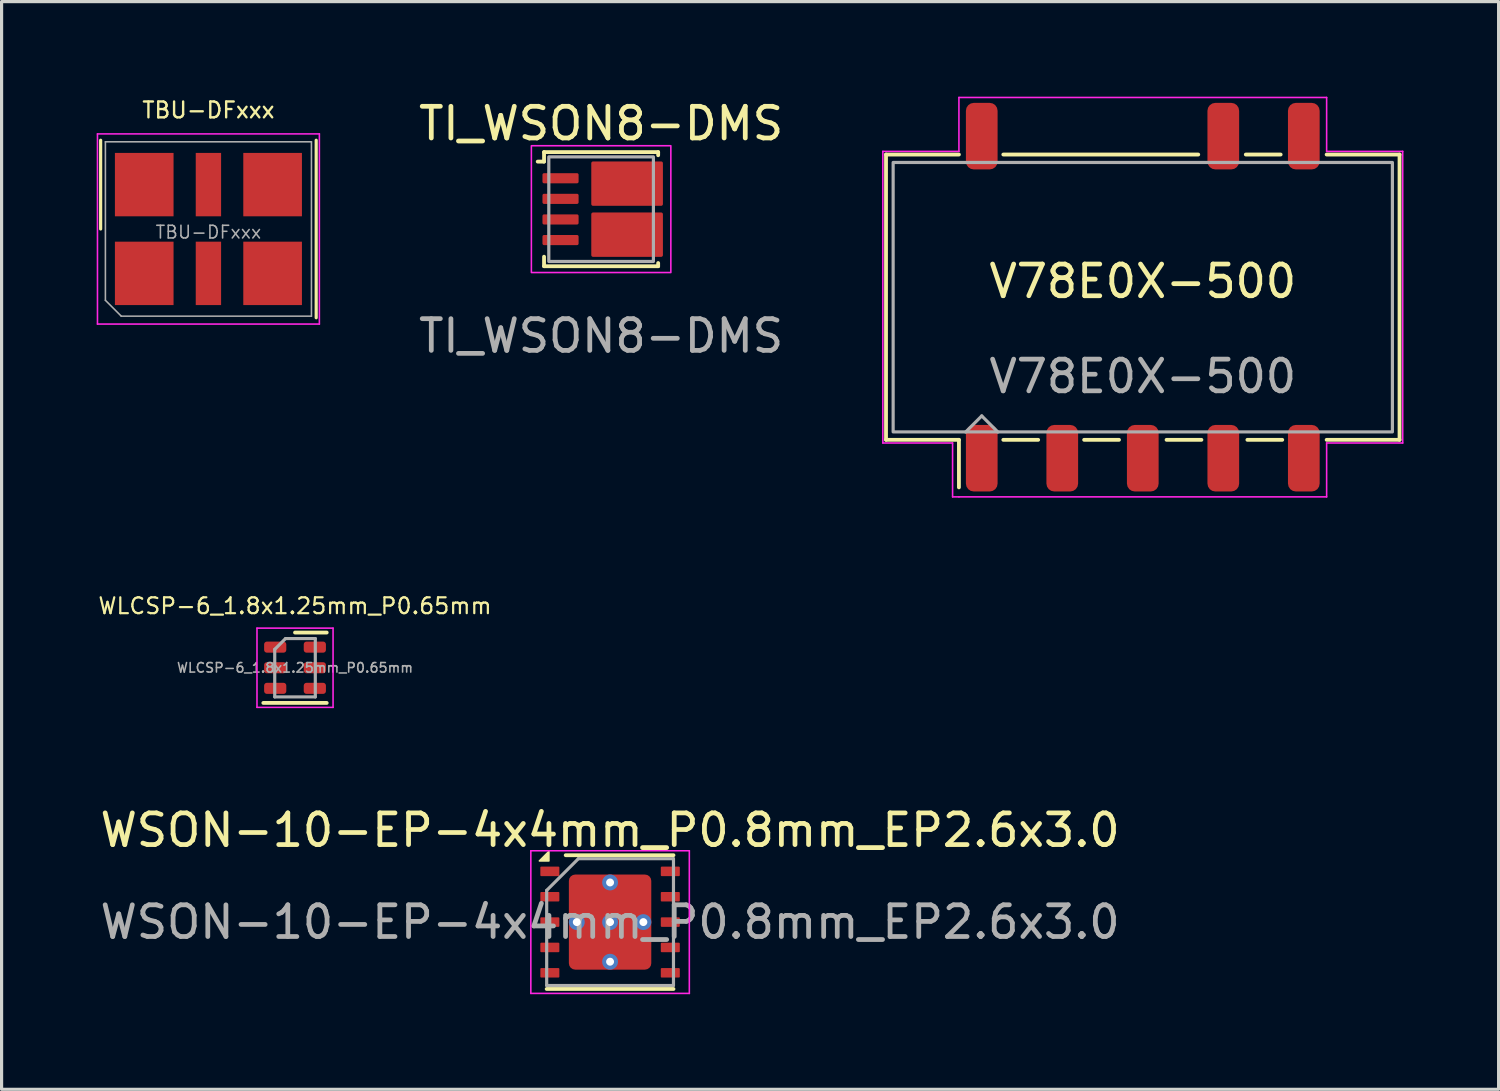
<source format=kicad_pcb>
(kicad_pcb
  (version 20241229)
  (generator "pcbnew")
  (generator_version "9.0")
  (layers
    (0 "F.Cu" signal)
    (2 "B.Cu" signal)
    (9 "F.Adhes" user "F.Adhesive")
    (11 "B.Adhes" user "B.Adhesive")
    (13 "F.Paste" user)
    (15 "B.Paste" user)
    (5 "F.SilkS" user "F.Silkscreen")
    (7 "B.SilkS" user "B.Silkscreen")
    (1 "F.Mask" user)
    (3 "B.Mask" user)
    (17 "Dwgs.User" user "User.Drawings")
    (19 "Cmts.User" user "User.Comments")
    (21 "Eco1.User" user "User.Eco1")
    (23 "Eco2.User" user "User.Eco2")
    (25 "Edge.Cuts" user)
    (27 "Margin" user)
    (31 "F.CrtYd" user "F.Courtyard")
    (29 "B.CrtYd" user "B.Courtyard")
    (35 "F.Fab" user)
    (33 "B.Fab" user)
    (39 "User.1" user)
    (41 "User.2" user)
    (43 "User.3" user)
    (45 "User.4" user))
  (footprint "TBU-DFxxx"
    (layer "F.Cu")
    (at 3.525 4.174)
    (property "Reference" "TBU-DFxxx" (at 0 -3.75 0) (unlocked yes) (layer "F.SilkS") (effects (font (size 0.5 0.5) (thickness 0.075))))
    (attr smd)
    (fp_line (start -3.4 -2.8) (end -3.4 0) (stroke (width 0.1) (type solid)) (layer "F.SilkS"))
    (fp_line (start 3.4 -2.8) (end 3.4 2.8) (stroke (width 0.1) (type solid)) (layer "F.SilkS"))
    (fp_line (start -3.5 -3) (end -3.5 3) (stroke (width 0.05) (type solid)) (layer "F.CrtYd"))
    (fp_line (start -3.5 3) (end 3.5 3) (stroke (width 0.05) (type solid)) (layer "F.CrtYd"))
    (fp_line (start 3.5 -3) (end -3.5 -3) (stroke (width 0.05) (type solid)) (layer "F.CrtYd"))
    (fp_line (start 3.5 3) (end 3.5 -3) (stroke (width 0.05) (type solid)) (layer "F.CrtYd"))
    (fp_line (start -3.25 2.25) (end -3.25 -2.75) (stroke (width 0.05) (type solid)) (layer "F.Fab"))
    (fp_line (start -3.25 2.25) (end -2.75 2.75) (stroke (width 0.05) (type solid)) (layer "F.Fab"))
    (fp_line (start 3.25 -2.75) (end -3.25 -2.75) (stroke (width 0.05) (type solid)) (layer "F.Fab"))
    (fp_line (start 3.25 -2.75) (end 3.25 2.75) (stroke (width 0.05) (type solid)) (layer "F.Fab"))
    (fp_line (start 3.25 2.75) (end -2.75 2.75) (stroke (width 0.05) (type solid)) (layer "F.Fab"))
    (fp_text user "${REFERENCE}" (at 0 0.1 0) (unlocked yes) (layer "F.Fab") (effects (font (size 0.4 0.4) (thickness 0.05))))
    (pad "1" smd custom (at -2.025 1.4) (size 1.85 2) (layers "F.Cu" "F.Mask" "F.Paste") (options (anchor rect)) (primitives))
    (pad "2" smd custom (at 0 1.4) (size 0.8 2) (layers "F.Cu" "F.Mask" "F.Paste") (options (anchor rect)) (primitives))
    (pad "3" smd custom (at 2.025 1.4) (size 1.85 2) (layers "F.Cu" "F.Mask" "F.Paste") (options (anchor rect)) (primitives))
    (pad "4" smd custom (at 2.025 -1.4) (size 1.85 2) (layers "F.Cu" "F.Mask" "F.Paste") (options (anchor rect)) (primitives))
    (pad "5" smd custom (at 0 -1.4) (size 0.8 2) (layers "F.Cu" "F.Mask" "F.Paste") (options (anchor rect)) (primitives))
    (pad "6" smd custom (at -2.025 -1.4) (size 1.85 2) (layers "F.Cu" "F.Mask" "F.Paste") (options (anchor rect)) (primitives)))
  (footprint "TI_WSON8-DMS"
    (layer "F.Cu")
    (at 15.913 3.548)
    (property "Reference" "TI_WSON8-DMS" (at 0 -2.7 0) (unlocked yes) (layer "F.SilkS") (effects (font (size 1 1) (thickness 0.15))))
    (attr smd)
    (fp_line (start -2 -1.5) (end -1.8 -1.5) (stroke (width 0.12) (type default)) (layer "F.SilkS"))
    (fp_line (start -1.8 -1.8) (end -1.8 -1.5) (stroke (width 0.12) (type default)) (layer "F.SilkS"))
    (fp_line (start -1.8 1.8) (end -1.8 1.5) (stroke (width 0.12) (type default)) (layer "F.SilkS"))
    (fp_line (start 1.8 -1.8) (end -1.8 -1.8) (stroke (width 0.12) (type default)) (layer "F.SilkS"))
    (fp_line (start 1.8 -1.7) (end 1.8 -1.8) (stroke (width 0.12) (type default)) (layer "F.SilkS"))
    (fp_line (start 1.8 1.7) (end 1.8 1.8) (stroke (width 0.12) (type default)) (layer "F.SilkS"))
    (fp_line (start 1.8 1.8) (end -1.8 1.8) (stroke (width 0.12) (type default)) (layer "F.SilkS"))
    (fp_rect (start 2.2 -2) (end -2.2 2) (stroke (width 0.05) (type default)) (fill no) (layer "F.CrtYd"))
    (fp_rect (start -1.65 -1.65) (end 1.65 1.65) (stroke (width 0.1) (type default)) (fill no) (layer "F.Fab"))
    (fp_text user "${REFERENCE}" (at 0 4 0) (unlocked yes) (layer "F.Fab") (effects (font (size 1 1) (thickness 0.15))))
    (pad "" smd roundrect (at -1.37 -0.975) (size 0.97 0.32) (layers "F.Paste") (roundrect_rratio 0.156))
    (pad "" smd roundrect (at -1.37 -0.325) (size 0.97 0.32) (layers "F.Paste") (roundrect_rratio 0.156))
    (pad "" smd roundrect (at -1.37 0.325) (size 0.97 0.32) (layers "F.Paste") (roundrect_rratio 0.156))
    (pad "" smd roundrect (at -1.37 0.975) (size 0.97 0.32) (layers "F.Paste") (roundrect_rratio 0.156))
    (pad "" smd roundrect (at 0.55 -0.805) (size 1.52 1.19) (layers "F.Paste") (roundrect_rratio 0.042))
    (pad "" smd roundrect (at 0.55 0.805) (size 1.52 1.19) (layers "F.Paste") (roundrect_rratio 0.042))
    (pad "" smd roundrect (at 0.62 -0.805) (size 1.66 1.28) (layers "F.Mask") (roundrect_rratio 0.039))
    (pad "" smd roundrect (at 0.62 0.805) (size 1.66 1.28) (layers "F.Mask") (roundrect_rratio 0.039))
    (pad "" smd roundrect (at 1.28 -0.975) (size 1.14 0.32) (layers "F.Mask") (roundrect_rratio 0.156))
    (pad "" smd roundrect (at 1.28 -0.325) (size 1.14 0.32) (layers "F.Mask") (roundrect_rratio 0.156))
    (pad "" smd roundrect (at 1.28 0.325) (size 1.14 0.32) (layers "F.Mask") (roundrect_rratio 0.156))
    (pad "" smd roundrect (at 1.28 0.975) (size 1.14 0.32) (layers "F.Mask") (roundrect_rratio 0.156))
    (pad "" smd roundrect (at 1.655 -0.975) (size 0.39 0.32) (layers "F.Paste") (roundrect_rratio 0.156))
    (pad "" smd roundrect (at 1.655 -0.325) (size 0.39 0.32) (layers "F.Paste") (roundrect_rratio 0.156))
    (pad "" smd roundrect (at 1.655 0.325) (size 0.39 0.32) (layers "F.Paste") (roundrect_rratio 0.156))
    (pad "" smd roundrect (at 1.655 0.975) (size 0.39 0.32) (layers "F.Paste") (roundrect_rratio 0.156))
    (pad "1" smd roundrect (at -1.28 -0.975) (size 1.14 0.32) (layers "F.Cu" "F.Mask") (roundrect_rratio 0.156))
    (pad "2" smd roundrect (at -1.28 -0.325) (size 1.14 0.32) (layers "F.Cu" "F.Mask") (roundrect_rratio 0.156))
    (pad "3" smd roundrect (at -1.28 0.325) (size 1.14 0.32) (layers "F.Cu" "F.Mask") (roundrect_rratio 0.156))
    (pad "4" smd roundrect (at -1.28 0.975) (size 1.14 0.32) (layers "F.Cu" "F.Mask") (roundrect_rratio 0.156))
    (pad "5" smd roundrect (at 0.82 0.805) (size 2.26 1.4) (layers "F.Cu") (roundrect_rratio 0.039))
    (pad "8" smd roundrect (at 0.82 -0.805) (size 2.26 1.4) (layers "F.Cu") (roundrect_rratio 0.039)))
  (footprint "V78E0X-500"
    (layer "F.Cu")
    (at 33.001 6.325)
    (property "Reference" "V78E0X-500" (at 0 -0.5 0) (unlocked yes) (layer "F.SilkS") (effects (font (size 1 1) (thickness 0.15))))
    (attr smd)
    (fp_line (start -8.1 -4.5) (end -5.8 -4.5) (stroke (width 0.12) (type solid)) (layer "F.SilkS"))
    (fp_line (start -8.1 4.5) (end -8.1 -4.5) (stroke (width 0.12) (type solid)) (layer "F.SilkS"))
    (fp_line (start -5.8 4.5) (end -8.1 4.5) (stroke (width 0.12) (type solid)) (layer "F.SilkS"))
    (fp_line (start -5.8 6) (end -5.8 4.5) (stroke (width 0.12) (type solid)) (layer "F.SilkS"))
    (fp_line (start -3.3 4.5) (end -4.4 4.5) (stroke (width 0.12) (type solid)) (layer "F.SilkS"))
    (fp_line (start -0.75 4.5) (end -1.85 4.5) (stroke (width 0.12) (type solid)) (layer "F.SilkS"))
    (fp_line (start 1.75 -4.5) (end -4.4 -4.5) (stroke (width 0.12) (type solid)) (layer "F.SilkS"))
    (fp_line (start 1.85 4.5) (end 0.75 4.5) (stroke (width 0.12) (type solid)) (layer "F.SilkS"))
    (fp_line (start 4.35 -4.5) (end 3.25 -4.5) (stroke (width 0.12) (type solid)) (layer "F.SilkS"))
    (fp_line (start 4.4 4.5) (end 3.3 4.5) (stroke (width 0.12) (type solid)) (layer "F.SilkS"))
    (fp_line (start 5.8 -4.5) (end 8.1 -4.5) (stroke (width 0.12) (type solid)) (layer "F.SilkS"))
    (fp_line (start 8.1 -4.5) (end 8.1 4.5) (stroke (width 0.12) (type solid)) (layer "F.SilkS"))
    (fp_line (start 8.1 4.5) (end 5.8 4.5) (stroke (width 0.12) (type solid)) (layer "F.SilkS"))
    (fp_line (start -8.2 -4.6) (end -5.8 -4.6) (stroke (width 0.05) (type solid)) (layer "F.CrtYd"))
    (fp_line (start -8.2 4.6) (end -8.2 -4.6) (stroke (width 0.05) (type solid)) (layer "F.CrtYd"))
    (fp_line (start -6 4.6) (end -8.2 4.6) (stroke (width 0.05) (type solid)) (layer "F.CrtYd"))
    (fp_line (start -6 6.3) (end -6 4.6) (stroke (width 0.05) (type solid)) (layer "F.CrtYd"))
    (fp_line (start -5.8 -6.3) (end 5.8 -6.3) (stroke (width 0.05) (type solid)) (layer "F.CrtYd"))
    (fp_line (start -5.8 -4.6) (end -5.8 -6.3) (stroke (width 0.05) (type solid)) (layer "F.CrtYd"))
    (fp_line (start -5.8 6.3) (end -6 6.3) (stroke (width 0.05) (type solid)) (layer "F.CrtYd"))
    (fp_line (start 5.8 -6.3) (end 5.8 -4.6) (stroke (width 0.05) (type solid)) (layer "F.CrtYd"))
    (fp_line (start 5.8 -4.6) (end 8.2 -4.6) (stroke (width 0.05) (type solid)) (layer "F.CrtYd"))
    (fp_line (start 5.8 4.6) (end 5.8 6.3) (stroke (width 0.05) (type solid)) (layer "F.CrtYd"))
    (fp_line (start 5.8 6.3) (end -5.8 6.3) (stroke (width 0.05) (type solid)) (layer "F.CrtYd"))
    (fp_line (start 8.2 -4.6) (end 8.2 4.6) (stroke (width 0.05) (type solid)) (layer "F.CrtYd"))
    (fp_line (start 8.2 4.6) (end 5.8 4.6) (stroke (width 0.05) (type solid)) (layer "F.CrtYd"))
    (fp_line (start -5.08 3.746) (end -5.588 4.254) (stroke (width 0.1) (type solid)) (layer "F.Fab"))
    (fp_line (start -5.08 3.746) (end -4.572 4.254) (stroke (width 0.1) (type solid)) (layer "F.Fab"))
    (fp_rect (start -7.875 -4.25) (end 7.875 4.25) (stroke (width 0.1) (type solid)) (fill no) (layer "F.Fab"))
    (fp_text user "${REFERENCE}" (at 0 2.5 0) (unlocked yes) (layer "F.Fab") (effects (font (size 1 1) (thickness 0.15))))
    (pad "1" smd roundrect (at -5.08 5.08) (size 1 2.1) (layers "F.Cu" "F.Mask" "F.Paste") (roundrect_rratio 0.25))
    (pad "2" smd roundrect (at -2.54 5.08) (size 1 2.1) (layers "F.Cu" "F.Mask" "F.Paste") (roundrect_rratio 0.25))
    (pad "3" smd roundrect (at 0 5.08) (size 1 2.1) (layers "F.Cu" "F.Mask" "F.Paste") (roundrect_rratio 0.25))
    (pad "4" smd roundrect (at 2.54 5.08) (size 1 2.1) (layers "F.Cu" "F.Mask" "F.Paste") (roundrect_rratio 0.25))
    (pad "5" smd roundrect (at 5.08 5.08) (size 1 2.1) (layers "F.Cu" "F.Mask" "F.Paste") (roundrect_rratio 0.25))
    (pad "6" smd roundrect (at 5.08 -5.08) (size 1 2.1) (layers "F.Cu" "F.Mask" "F.Paste") (roundrect_rratio 0.25))
    (pad "7" smd roundrect (at 2.54 -5.08) (size 1 2.1) (layers "F.Cu" "F.Mask" "F.Paste") (roundrect_rratio 0.25))
    (pad "10" smd roundrect (at -5.08 -5.08) (size 1 2.1) (layers "F.Cu" "F.Mask" "F.Paste") (roundrect_rratio 0.25)))
  (footprint "WSON-10-EP-4x4mm_P0.8mm_EP2.6x3.0"
    (layer "F.Cu")
    (at 16.196 26.039)
    (property "Reference" "WSON-10-EP-4x4mm_P0.8mm_EP2.6x3.0" (at 0 -2.9 0) (layer "F.SilkS") (effects (font (size 1 1) (thickness 0.15))))
    (attr smd)
    (fp_line (start -2 2.11) (end 2 2.11) (stroke (width 0.12) (type solid)) (layer "F.SilkS"))
    (fp_line (start -1.4 -2.11) (end 2 -2.11) (stroke (width 0.12) (type solid)) (layer "F.SilkS"))
    (fp_poly (pts (xy -1.93 -1.93) (xy -2.23 -1.93) (xy -1.93 -2.23) (xy -1.93 -1.93)) (stroke (width 0.05) (type solid)) (fill yes) (layer "F.SilkS"))
    (fp_line (start -2.5 -2.25) (end -2.5 2.25) (stroke (width 0.05) (type solid)) (layer "F.CrtYd"))
    (fp_line (start -2.5 -2.25) (end 2.5 -2.25) (stroke (width 0.05) (type solid)) (layer "F.CrtYd"))
    (fp_line (start -2.5 2.25) (end 2.5 2.25) (stroke (width 0.05) (type solid)) (layer "F.CrtYd"))
    (fp_line (start 2.5 2.25) (end 2.5 -2.25) (stroke (width 0.05) (type solid)) (layer "F.CrtYd"))
    (fp_line (start -2 -1) (end -1 -2) (stroke (width 0.1) (type solid)) (layer "F.Fab"))
    (fp_line (start -2 2) (end -2 -1) (stroke (width 0.1) (type solid)) (layer "F.Fab"))
    (fp_line (start -1 -2) (end 2 -2) (stroke (width 0.1) (type solid)) (layer "F.Fab"))
    (fp_line (start 2 -2) (end 2 2) (stroke (width 0.1) (type solid)) (layer "F.Fab"))
    (fp_line (start 2 2) (end -2 2) (stroke (width 0.1) (type solid)) (layer "F.Fab"))
    (fp_text user "${REFERENCE}" (at 0 0 0) (layer "F.Fab") (effects (font (size 1 1) (thickness 0.15))))
    (pad "" smd roundrect (at -0.68 -0.76) (size 1.15 1.31) (layers "F.Paste") (roundrect_rratio 0.13))
    (pad "" smd roundrect (at -0.68 0.76) (size 1.15 1.31) (layers "F.Paste") (roundrect_rratio 0.13))
    (pad "" smd roundrect (at 0.68 -0.76) (size 1.15 1.31) (layers "F.Paste") (roundrect_rratio 0.13))
    (pad "" smd roundrect (at 0.68 0.76) (size 1.15 1.31) (layers "F.Paste") (roundrect_rratio 0.13))
    (pad "1" smd roundrect (at -1.9 -1.6) (size 0.6 0.3) (layers "F.Cu" "F.Mask" "F.Paste") (roundrect_rratio 0.1))
    (pad "2" smd roundrect (at -1.9 -0.8) (size 0.6 0.3) (layers "F.Cu" "F.Mask" "F.Paste") (roundrect_rratio 0.1))
    (pad "3" smd roundrect (at -1.9 0) (size 0.6 0.3) (layers "F.Cu" "F.Mask" "F.Paste") (roundrect_rratio 0.1))
    (pad "4" smd roundrect (at -1.9 0.8) (size 0.6 0.3) (layers "F.Cu" "F.Mask" "F.Paste") (roundrect_rratio 0.1))
    (pad "5" smd roundrect (at -1.9 1.6) (size 0.6 0.3) (layers "F.Cu" "F.Mask" "F.Paste") (roundrect_rratio 0.1))
    (pad "6" smd roundrect (at 1.9 1.6) (size 0.6 0.3) (layers "F.Cu" "F.Mask" "F.Paste") (roundrect_rratio 0.1))
    (pad "7" smd roundrect (at 1.9 0.8) (size 0.6 0.3) (layers "F.Cu" "F.Mask" "F.Paste") (roundrect_rratio 0.1))
    (pad "8" smd roundrect (at 1.9 0) (size 0.6 0.3) (layers "F.Cu" "F.Mask" "F.Paste") (roundrect_rratio 0.1))
    (pad "9" smd roundrect (at 1.9 -0.8) (size 0.6 0.3) (layers "F.Cu" "F.Mask" "F.Paste") (roundrect_rratio 0.1))
    (pad "10" smd roundrect (at 1.9 -1.6) (size 0.6 0.3) (layers "F.Cu" "F.Mask" "F.Paste") (roundrect_rratio 0.1))
    (pad "11" thru_hole circle (at -1.05 0) (size 0.5 0.5) (drill 0.25) (property pad_prop_heatsink) (layers "*.Cu"))
    (pad "11" thru_hole circle (at 0 -1.25) (size 0.5 0.5) (drill 0.25) (property pad_prop_heatsink) (layers "*.Cu"))
    (pad "11" thru_hole circle (at 0 0) (size 0.5 0.5) (drill 0.25) (property pad_prop_heatsink) (layers "*.Cu"))
    (pad "11" smd roundrect (at 0 0) (size 2.6 3) (property pad_prop_heatsink) (layers "F.Cu" "F.Mask") (roundrect_rratio 0.077))
    (pad "11" thru_hole circle (at 0 1.25) (size 0.5 0.5) (drill 0.25) (property pad_prop_heatsink) (layers "*.Cu"))
    (pad "11" thru_hole circle (at 1.05 0) (size 0.5 0.5) (drill 0.25) (property pad_prop_heatsink) (layers "*.Cu")))
  (footprint "WLCSP-6_1.8x1.25mm_P0.65mm"
    (layer "F.Cu")
    (at 6.257 18.015)
    (property "Reference" "WLCSP-6_1.8x1.25mm_P0.65mm" (at 0 -1.95 0) (layer "F.SilkS") (effects (font (size 0.5 0.5) (thickness 0.07))))
    (attr smd)
    (fp_line (start -1 1.11) (end 1 1.11) (stroke (width 0.12) (type solid)) (layer "F.SilkS"))
    (fp_line (start 0 -1.11) (end 1 -1.11) (stroke (width 0.12) (type solid)) (layer "F.SilkS"))
    (fp_line (start -1.2 1.25) (end -1.2 -1.25) (stroke (width 0.05) (type solid)) (layer "F.CrtYd"))
    (fp_line (start -1.2 1.25) (end 1.2 1.25) (stroke (width 0.05) (type solid)) (layer "F.CrtYd"))
    (fp_line (start 1.2 -1.25) (end -1.2 -1.25) (stroke (width 0.05) (type solid)) (layer "F.CrtYd"))
    (fp_line (start 1.2 1.25) (end 1.2 -1.25) (stroke (width 0.05) (type solid)) (layer "F.CrtYd"))
    (fp_line (start -0.64 -0.58) (end -0.3 -0.92) (stroke (width 0.1) (type solid)) (layer "F.Fab"))
    (fp_line (start -0.64 0.92) (end -0.64 -0.58) (stroke (width 0.1) (type solid)) (layer "F.Fab"))
    (fp_line (start 0.64 -0.92) (end -0.3 -0.92) (stroke (width 0.1) (type solid)) (layer "F.Fab"))
    (fp_line (start 0.64 -0.92) (end 0.64 0.92) (stroke (width 0.1) (type solid)) (layer "F.Fab"))
    (fp_line (start 0.64 0.92) (end -0.64 0.92) (stroke (width 0.1) (type solid)) (layer "F.Fab"))
    (fp_text user "${REFERENCE}" (at 0 0 0) (layer "F.Fab") (effects (font (size 0.3 0.3) (thickness 0.05) (bold yes))))
    (pad "1" smd roundrect (at -0.625 -0.65) (size 0.7 0.35) (layers "F.Cu" "F.Mask" "F.Paste") (roundrect_rratio 0.25))
    (pad "2" smd roundrect (at -0.625 0) (size 0.7 0.35) (layers "F.Cu" "F.Mask" "F.Paste") (roundrect_rratio 0.25))
    (pad "3" smd roundrect (at -0.625 0.65) (size 0.7 0.35) (layers "F.Cu" "F.Mask" "F.Paste") (roundrect_rratio 0.25))
    (pad "4" smd roundrect (at 0.625 0.65) (size 0.7 0.35) (layers "F.Cu" "F.Mask" "F.Paste") (roundrect_rratio 0.25))
    (pad "5" smd roundrect (at 0.625 0) (size 0.7 0.35) (layers "F.Cu" "F.Mask" "F.Paste") (roundrect_rratio 0.25))
    (pad "6" smd roundrect (at 0.625 -0.65) (size 0.7 0.35) (layers "F.Cu" "F.Mask" "F.Paste") (roundrect_rratio 0.25)))
  (gr_rect
    (start -3 -3)
    (end 44.226 31.314)
    (stroke (width 0.1) (type default))
    (fill no)
    (layer "Edge.Cuts")))
</source>
